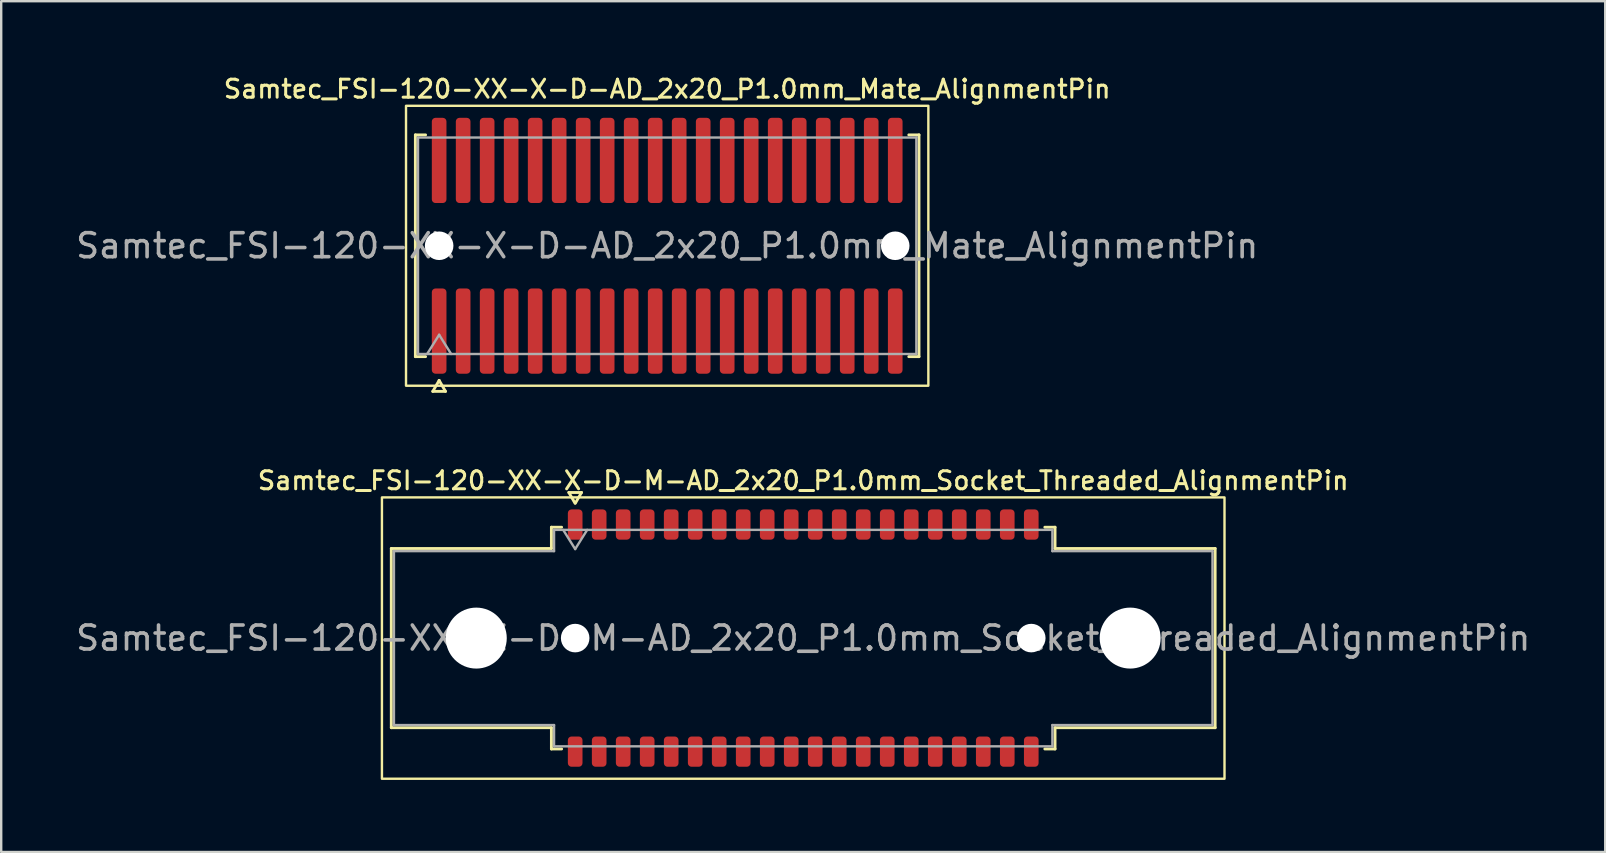
<source format=kicad_pcb>
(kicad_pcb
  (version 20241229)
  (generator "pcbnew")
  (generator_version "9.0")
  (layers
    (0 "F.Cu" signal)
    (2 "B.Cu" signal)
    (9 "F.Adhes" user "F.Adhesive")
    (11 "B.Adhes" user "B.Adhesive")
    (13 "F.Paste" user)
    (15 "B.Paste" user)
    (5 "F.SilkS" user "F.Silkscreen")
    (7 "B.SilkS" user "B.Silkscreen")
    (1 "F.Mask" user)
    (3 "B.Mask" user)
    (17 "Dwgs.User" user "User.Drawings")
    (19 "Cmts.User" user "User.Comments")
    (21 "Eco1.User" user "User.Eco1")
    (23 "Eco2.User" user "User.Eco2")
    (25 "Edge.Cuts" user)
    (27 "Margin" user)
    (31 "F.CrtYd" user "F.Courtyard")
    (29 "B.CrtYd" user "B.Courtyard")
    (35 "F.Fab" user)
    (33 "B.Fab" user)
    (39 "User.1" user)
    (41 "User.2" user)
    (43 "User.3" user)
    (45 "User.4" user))
  (footprint "Samtec_FSI-120-XX-X-D-AD_2x20_P1.0mm_Mate_AlignmentPin"
    (layer "F.Cu")
    (at 24.744 7.188)
    (property "Reference" "Samtec_FSI-120-XX-X-D-AD_2x20_P1.0mm_Mate_AlignmentPin" (at 0 -6.53 0) (layer "F.SilkS") (effects (font (size 0.75 0.75) (thickness 0.125))))
    (attr exclude_from_pos_files exclude_from_bom)
    (fp_line (start -10.49 -4.619) (end -10.065 -4.619) (stroke (width 0.12) (type solid)) (layer "F.SilkS"))
    (fp_line (start -10.49 4.619) (end -10.49 -4.619) (stroke (width 0.12) (type solid)) (layer "F.SilkS"))
    (fp_line (start -10.065 4.619) (end -10.49 4.619) (stroke (width 0.12) (type solid)) (layer "F.SilkS"))
    (fp_line (start -9.764 6.066) (end -9.5 5.609) (stroke (width 0.12) (type solid)) (layer "F.SilkS"))
    (fp_line (start -9.5 5.609) (end -9.236 6.066) (stroke (width 0.12) (type solid)) (layer "F.SilkS"))
    (fp_line (start -9.236 6.066) (end -9.764 6.066) (stroke (width 0.12) (type solid)) (layer "F.SilkS"))
    (fp_line (start 10.065 -4.619) (end 10.49 -4.619) (stroke (width 0.12) (type solid)) (layer "F.SilkS"))
    (fp_line (start 10.49 -4.619) (end 10.49 4.619) (stroke (width 0.12) (type solid)) (layer "F.SilkS"))
    (fp_line (start 10.49 4.619) (end 10.065 4.619) (stroke (width 0.12) (type solid)) (layer "F.SilkS"))
    (fp_rect (start -10.88 -5.83) (end 10.88 5.83) (stroke (width 0.1) (type solid)) (fill no) (layer "F.SilkS"))
    (fp_line (start -10.38 -4.508) (end 10.38 -4.508) (stroke (width 0.1) (type solid)) (layer "F.Fab"))
    (fp_line (start -10.38 4.508) (end -10.38 -4.508) (stroke (width 0.1) (type solid)) (layer "F.Fab"))
    (fp_line (start -10 4.508) (end -9.5 3.708) (stroke (width 0.1) (type solid)) (layer "F.Fab"))
    (fp_line (start -9.5 3.708) (end -9 4.508) (stroke (width 0.1) (type solid)) (layer "F.Fab"))
    (fp_line (start 10.38 -4.508) (end 10.38 4.508) (stroke (width 0.1) (type solid)) (layer "F.Fab"))
    (fp_line (start 10.38 4.508) (end -10.38 4.508) (stroke (width 0.1) (type solid)) (layer "F.Fab"))
    (fp_text user "${REFERENCE}" (at 0 0 0) (layer "F.Fab") (effects (font (size 1 1) (thickness 0.15))))
    (pad "" np_thru_hole circle (at -9.5 0) (size 1.19 1.19) (drill 1.19) (layers "*.Cu" "*.Mask"))
    (pad "" np_thru_hole circle (at 9.5 0) (size 1.19 1.19) (drill 1.19) (layers "*.Cu" "*.Mask"))
    (pad "1" smd roundrect (at -9.5 3.555) (size 0.61 3.55) (layers "F.Cu" "F.Mask") (roundrect_rratio 0.25))
    (pad "2" smd roundrect (at -9.5 -3.555) (size 0.61 3.55) (layers "F.Cu" "F.Mask") (roundrect_rratio 0.25))
    (pad "3" smd roundrect (at -8.5 3.555) (size 0.61 3.55) (layers "F.Cu" "F.Mask") (roundrect_rratio 0.25))
    (pad "4" smd roundrect (at -8.5 -3.555) (size 0.61 3.55) (layers "F.Cu" "F.Mask") (roundrect_rratio 0.25))
    (pad "5" smd roundrect (at -7.5 3.555) (size 0.61 3.55) (layers "F.Cu" "F.Mask") (roundrect_rratio 0.25))
    (pad "6" smd roundrect (at -7.5 -3.555) (size 0.61 3.55) (layers "F.Cu" "F.Mask") (roundrect_rratio 0.25))
    (pad "7" smd roundrect (at -6.5 3.555) (size 0.61 3.55) (layers "F.Cu" "F.Mask") (roundrect_rratio 0.25))
    (pad "8" smd roundrect (at -6.5 -3.555) (size 0.61 3.55) (layers "F.Cu" "F.Mask") (roundrect_rratio 0.25))
    (pad "9" smd roundrect (at -5.5 3.555) (size 0.61 3.55) (layers "F.Cu" "F.Mask") (roundrect_rratio 0.25))
    (pad "10" smd roundrect (at -5.5 -3.555) (size 0.61 3.55) (layers "F.Cu" "F.Mask") (roundrect_rratio 0.25))
    (pad "11" smd roundrect (at -4.5 3.555) (size 0.61 3.55) (layers "F.Cu" "F.Mask") (roundrect_rratio 0.25))
    (pad "12" smd roundrect (at -4.5 -3.555) (size 0.61 3.55) (layers "F.Cu" "F.Mask") (roundrect_rratio 0.25))
    (pad "13" smd roundrect (at -3.5 3.555) (size 0.61 3.55) (layers "F.Cu" "F.Mask") (roundrect_rratio 0.25))
    (pad "14" smd roundrect (at -3.5 -3.555) (size 0.61 3.55) (layers "F.Cu" "F.Mask") (roundrect_rratio 0.25))
    (pad "15" smd roundrect (at -2.5 3.555) (size 0.61 3.55) (layers "F.Cu" "F.Mask") (roundrect_rratio 0.25))
    (pad "16" smd roundrect (at -2.5 -3.555) (size 0.61 3.55) (layers "F.Cu" "F.Mask") (roundrect_rratio 0.25))
    (pad "17" smd roundrect (at -1.5 3.555) (size 0.61 3.55) (layers "F.Cu" "F.Mask") (roundrect_rratio 0.25))
    (pad "18" smd roundrect (at -1.5 -3.555) (size 0.61 3.55) (layers "F.Cu" "F.Mask") (roundrect_rratio 0.25))
    (pad "19" smd roundrect (at -0.5 3.555) (size 0.61 3.55) (layers "F.Cu" "F.Mask") (roundrect_rratio 0.25))
    (pad "20" smd roundrect (at -0.5 -3.555) (size 0.61 3.55) (layers "F.Cu" "F.Mask") (roundrect_rratio 0.25))
    (pad "21" smd roundrect (at 0.5 3.555) (size 0.61 3.55) (layers "F.Cu" "F.Mask") (roundrect_rratio 0.25))
    (pad "22" smd roundrect (at 0.5 -3.555) (size 0.61 3.55) (layers "F.Cu" "F.Mask") (roundrect_rratio 0.25))
    (pad "23" smd roundrect (at 1.5 3.555) (size 0.61 3.55) (layers "F.Cu" "F.Mask") (roundrect_rratio 0.25))
    (pad "24" smd roundrect (at 1.5 -3.555) (size 0.61 3.55) (layers "F.Cu" "F.Mask") (roundrect_rratio 0.25))
    (pad "25" smd roundrect (at 2.5 3.555) (size 0.61 3.55) (layers "F.Cu" "F.Mask") (roundrect_rratio 0.25))
    (pad "26" smd roundrect (at 2.5 -3.555) (size 0.61 3.55) (layers "F.Cu" "F.Mask") (roundrect_rratio 0.25))
    (pad "27" smd roundrect (at 3.5 3.555) (size 0.61 3.55) (layers "F.Cu" "F.Mask") (roundrect_rratio 0.25))
    (pad "28" smd roundrect (at 3.5 -3.555) (size 0.61 3.55) (layers "F.Cu" "F.Mask") (roundrect_rratio 0.25))
    (pad "29" smd roundrect (at 4.5 3.555) (size 0.61 3.55) (layers "F.Cu" "F.Mask") (roundrect_rratio 0.25))
    (pad "30" smd roundrect (at 4.5 -3.555) (size 0.61 3.55) (layers "F.Cu" "F.Mask") (roundrect_rratio 0.25))
    (pad "31" smd roundrect (at 5.5 3.555) (size 0.61 3.55) (layers "F.Cu" "F.Mask") (roundrect_rratio 0.25))
    (pad "32" smd roundrect (at 5.5 -3.555) (size 0.61 3.55) (layers "F.Cu" "F.Mask") (roundrect_rratio 0.25))
    (pad "33" smd roundrect (at 6.5 3.555) (size 0.61 3.55) (layers "F.Cu" "F.Mask") (roundrect_rratio 0.25))
    (pad "34" smd roundrect (at 6.5 -3.555) (size 0.61 3.55) (layers "F.Cu" "F.Mask") (roundrect_rratio 0.25))
    (pad "35" smd roundrect (at 7.5 3.555) (size 0.61 3.55) (layers "F.Cu" "F.Mask") (roundrect_rratio 0.25))
    (pad "36" smd roundrect (at 7.5 -3.555) (size 0.61 3.55) (layers "F.Cu" "F.Mask") (roundrect_rratio 0.25))
    (pad "37" smd roundrect (at 8.5 3.555) (size 0.61 3.55) (layers "F.Cu" "F.Mask") (roundrect_rratio 0.25))
    (pad "38" smd roundrect (at 8.5 -3.555) (size 0.61 3.55) (layers "F.Cu" "F.Mask") (roundrect_rratio 0.25))
    (pad "39" smd roundrect (at 9.5 3.555) (size 0.61 3.55) (layers "F.Cu" "F.Mask") (roundrect_rratio 0.25))
    (pad "40" smd roundrect (at 9.5 -3.555) (size 0.61 3.55) (layers "F.Cu" "F.Mask") (roundrect_rratio 0.25)))
  (footprint "Samtec_FSI-120-XX-X-D-M-AD_2x20_P1.0mm_Socket_Threaded_AlignmentPin"
    (layer "F.Cu")
    (at 30.411 23.532)
    (property "Reference" "Samtec_FSI-120-XX-X-D-M-AD_2x20_P1.0mm_Socket_Threaded_AlignmentPin" (at 0 -6.56 0) (layer "F.SilkS") (effects (font (size 0.75 0.75) (thickness 0.125))))
    (attr smd)
    (fp_line (start -17.16 -3.733) (end -10.49 -3.733) (stroke (width 0.12) (type solid)) (layer "F.SilkS"))
    (fp_line (start -17.16 3.733) (end -17.16 -3.733) (stroke (width 0.12) (type solid)) (layer "F.SilkS"))
    (fp_line (start -10.49 -4.619) (end -10.065 -4.619) (stroke (width 0.12) (type solid)) (layer "F.SilkS"))
    (fp_line (start -10.49 -3.733) (end -10.49 -4.619) (stroke (width 0.12) (type solid)) (layer "F.SilkS"))
    (fp_line (start -10.49 3.733) (end -17.16 3.733) (stroke (width 0.12) (type solid)) (layer "F.SilkS"))
    (fp_line (start -10.49 4.619) (end -10.49 3.733) (stroke (width 0.12) (type solid)) (layer "F.SilkS"))
    (fp_line (start -10.065 4.619) (end -10.49 4.619) (stroke (width 0.12) (type solid)) (layer "F.SilkS"))
    (fp_line (start -9.764 -6.066) (end -9.507 -5.62) (stroke (width 0.12) (type solid)) (layer "F.SilkS"))
    (fp_line (start -9.493 -5.62) (end -9.236 -6.066) (stroke (width 0.12) (type solid)) (layer "F.SilkS"))
    (fp_line (start -9.236 -6.066) (end -9.764 -6.066) (stroke (width 0.12) (type solid)) (layer "F.SilkS"))
    (fp_line (start 10.065 -4.619) (end 10.49 -4.619) (stroke (width 0.12) (type solid)) (layer "F.SilkS"))
    (fp_line (start 10.49 -4.619) (end 10.49 -3.733) (stroke (width 0.12) (type solid)) (layer "F.SilkS"))
    (fp_line (start 10.49 -3.733) (end 17.16 -3.733) (stroke (width 0.12) (type solid)) (layer "F.SilkS"))
    (fp_line (start 10.49 3.733) (end 10.49 4.619) (stroke (width 0.12) (type solid)) (layer "F.SilkS"))
    (fp_line (start 10.49 4.619) (end 10.065 4.619) (stroke (width 0.12) (type solid)) (layer "F.SilkS"))
    (fp_line (start 17.16 -3.733) (end 17.16 3.733) (stroke (width 0.12) (type solid)) (layer "F.SilkS"))
    (fp_line (start 17.16 3.733) (end 10.49 3.733) (stroke (width 0.12) (type solid)) (layer "F.SilkS"))
    (fp_rect (start -17.55 -5.86) (end 17.55 5.86) (stroke (width 0.1) (type solid)) (fill no) (layer "F.SilkS"))
    (fp_line (start -17.05 -3.623) (end -10.38 -3.623) (stroke (width 0.1) (type solid)) (layer "F.Fab"))
    (fp_line (start -17.05 3.623) (end -17.05 -3.623) (stroke (width 0.1) (type solid)) (layer "F.Fab"))
    (fp_line (start -10.38 -4.508) (end 10.38 -4.508) (stroke (width 0.1) (type solid)) (layer "F.Fab"))
    (fp_line (start -10.38 -3.623) (end -10.38 -4.508) (stroke (width 0.1) (type solid)) (layer "F.Fab"))
    (fp_line (start -10.38 3.623) (end -17.05 3.623) (stroke (width 0.1) (type solid)) (layer "F.Fab"))
    (fp_line (start -10.38 4.508) (end -10.38 3.623) (stroke (width 0.1) (type solid)) (layer "F.Fab"))
    (fp_line (start -10 -4.508) (end -9.5 -3.708) (stroke (width 0.1) (type solid)) (layer "F.Fab"))
    (fp_line (start -9.5 -3.708) (end -9 -4.508) (stroke (width 0.1) (type solid)) (layer "F.Fab"))
    (fp_line (start 10.38 -4.508) (end 10.38 -3.623) (stroke (width 0.1) (type solid)) (layer "F.Fab"))
    (fp_line (start 10.38 -3.623) (end 17.05 -3.623) (stroke (width 0.1) (type solid)) (layer "F.Fab"))
    (fp_line (start 10.38 3.623) (end 10.38 4.508) (stroke (width 0.1) (type solid)) (layer "F.Fab"))
    (fp_line (start 10.38 4.508) (end -10.38 4.508) (stroke (width 0.1) (type solid)) (layer "F.Fab"))
    (fp_line (start 17.05 -3.623) (end 17.05 3.623) (stroke (width 0.1) (type solid)) (layer "F.Fab"))
    (fp_line (start 17.05 3.623) (end 10.38 3.623) (stroke (width 0.1) (type solid)) (layer "F.Fab"))
    (fp_text user "${REFERENCE}" (at 0 0 0) (layer "F.Fab") (effects (font (size 1 1) (thickness 0.15))))
    (pad "" np_thru_hole circle (at -13.62 0) (size 2.54 2.54) (drill 2.54) (layers "*.Cu" "*.Mask"))
    (pad "" np_thru_hole circle (at -9.5 0) (size 1.19 1.19) (drill 1.19) (layers "*.Cu" "*.Mask"))
    (pad "" np_thru_hole circle (at 9.5 0) (size 1.19 1.19) (drill 1.19) (layers "*.Cu" "*.Mask"))
    (pad "" np_thru_hole circle (at 13.62 0) (size 2.54 2.54) (drill 2.54) (layers "*.Cu" "*.Mask"))
    (pad "1" smd roundrect (at -9.5 -4.73) (size 0.61 1.26) (layers "F.Cu" "F.Mask" "F.Paste") (roundrect_rratio 0.25))
    (pad "2" smd roundrect (at -9.5 4.73) (size 0.61 1.26) (layers "F.Cu" "F.Mask" "F.Paste") (roundrect_rratio 0.25))
    (pad "3" smd roundrect (at -8.5 -4.73) (size 0.61 1.26) (layers "F.Cu" "F.Mask" "F.Paste") (roundrect_rratio 0.25))
    (pad "4" smd roundrect (at -8.5 4.73) (size 0.61 1.26) (layers "F.Cu" "F.Mask" "F.Paste") (roundrect_rratio 0.25))
    (pad "5" smd roundrect (at -7.5 -4.73) (size 0.61 1.26) (layers "F.Cu" "F.Mask" "F.Paste") (roundrect_rratio 0.25))
    (pad "6" smd roundrect (at -7.5 4.73) (size 0.61 1.26) (layers "F.Cu" "F.Mask" "F.Paste") (roundrect_rratio 0.25))
    (pad "7" smd roundrect (at -6.5 -4.73) (size 0.61 1.26) (layers "F.Cu" "F.Mask" "F.Paste") (roundrect_rratio 0.25))
    (pad "8" smd roundrect (at -6.5 4.73) (size 0.61 1.26) (layers "F.Cu" "F.Mask" "F.Paste") (roundrect_rratio 0.25))
    (pad "9" smd roundrect (at -5.5 -4.73) (size 0.61 1.26) (layers "F.Cu" "F.Mask" "F.Paste") (roundrect_rratio 0.25))
    (pad "10" smd roundrect (at -5.5 4.73) (size 0.61 1.26) (layers "F.Cu" "F.Mask" "F.Paste") (roundrect_rratio 0.25))
    (pad "11" smd roundrect (at -4.5 -4.73) (size 0.61 1.26) (layers "F.Cu" "F.Mask" "F.Paste") (roundrect_rratio 0.25))
    (pad "12" smd roundrect (at -4.5 4.73) (size 0.61 1.26) (layers "F.Cu" "F.Mask" "F.Paste") (roundrect_rratio 0.25))
    (pad "13" smd roundrect (at -3.5 -4.73) (size 0.61 1.26) (layers "F.Cu" "F.Mask" "F.Paste") (roundrect_rratio 0.25))
    (pad "14" smd roundrect (at -3.5 4.73) (size 0.61 1.26) (layers "F.Cu" "F.Mask" "F.Paste") (roundrect_rratio 0.25))
    (pad "15" smd roundrect (at -2.5 -4.73) (size 0.61 1.26) (layers "F.Cu" "F.Mask" "F.Paste") (roundrect_rratio 0.25))
    (pad "16" smd roundrect (at -2.5 4.73) (size 0.61 1.26) (layers "F.Cu" "F.Mask" "F.Paste") (roundrect_rratio 0.25))
    (pad "17" smd roundrect (at -1.5 -4.73) (size 0.61 1.26) (layers "F.Cu" "F.Mask" "F.Paste") (roundrect_rratio 0.25))
    (pad "18" smd roundrect (at -1.5 4.73) (size 0.61 1.26) (layers "F.Cu" "F.Mask" "F.Paste") (roundrect_rratio 0.25))
    (pad "19" smd roundrect (at -0.5 -4.73) (size 0.61 1.26) (layers "F.Cu" "F.Mask" "F.Paste") (roundrect_rratio 0.25))
    (pad "20" smd roundrect (at -0.5 4.73) (size 0.61 1.26) (layers "F.Cu" "F.Mask" "F.Paste") (roundrect_rratio 0.25))
    (pad "21" smd roundrect (at 0.5 -4.73) (size 0.61 1.26) (layers "F.Cu" "F.Mask" "F.Paste") (roundrect_rratio 0.25))
    (pad "22" smd roundrect (at 0.5 4.73) (size 0.61 1.26) (layers "F.Cu" "F.Mask" "F.Paste") (roundrect_rratio 0.25))
    (pad "23" smd roundrect (at 1.5 -4.73) (size 0.61 1.26) (layers "F.Cu" "F.Mask" "F.Paste") (roundrect_rratio 0.25))
    (pad "24" smd roundrect (at 1.5 4.73) (size 0.61 1.26) (layers "F.Cu" "F.Mask" "F.Paste") (roundrect_rratio 0.25))
    (pad "25" smd roundrect (at 2.5 -4.73) (size 0.61 1.26) (layers "F.Cu" "F.Mask" "F.Paste") (roundrect_rratio 0.25))
    (pad "26" smd roundrect (at 2.5 4.73) (size 0.61 1.26) (layers "F.Cu" "F.Mask" "F.Paste") (roundrect_rratio 0.25))
    (pad "27" smd roundrect (at 3.5 -4.73) (size 0.61 1.26) (layers "F.Cu" "F.Mask" "F.Paste") (roundrect_rratio 0.25))
    (pad "28" smd roundrect (at 3.5 4.73) (size 0.61 1.26) (layers "F.Cu" "F.Mask" "F.Paste") (roundrect_rratio 0.25))
    (pad "29" smd roundrect (at 4.5 -4.73) (size 0.61 1.26) (layers "F.Cu" "F.Mask" "F.Paste") (roundrect_rratio 0.25))
    (pad "30" smd roundrect (at 4.5 4.73) (size 0.61 1.26) (layers "F.Cu" "F.Mask" "F.Paste") (roundrect_rratio 0.25))
    (pad "31" smd roundrect (at 5.5 -4.73) (size 0.61 1.26) (layers "F.Cu" "F.Mask" "F.Paste") (roundrect_rratio 0.25))
    (pad "32" smd roundrect (at 5.5 4.73) (size 0.61 1.26) (layers "F.Cu" "F.Mask" "F.Paste") (roundrect_rratio 0.25))
    (pad "33" smd roundrect (at 6.5 -4.73) (size 0.61 1.26) (layers "F.Cu" "F.Mask" "F.Paste") (roundrect_rratio 0.25))
    (pad "34" smd roundrect (at 6.5 4.73) (size 0.61 1.26) (layers "F.Cu" "F.Mask" "F.Paste") (roundrect_rratio 0.25))
    (pad "35" smd roundrect (at 7.5 -4.73) (size 0.61 1.26) (layers "F.Cu" "F.Mask" "F.Paste") (roundrect_rratio 0.25))
    (pad "36" smd roundrect (at 7.5 4.73) (size 0.61 1.26) (layers "F.Cu" "F.Mask" "F.Paste") (roundrect_rratio 0.25))
    (pad "37" smd roundrect (at 8.5 -4.73) (size 0.61 1.26) (layers "F.Cu" "F.Mask" "F.Paste") (roundrect_rratio 0.25))
    (pad "38" smd roundrect (at 8.5 4.73) (size 0.61 1.26) (layers "F.Cu" "F.Mask" "F.Paste") (roundrect_rratio 0.25))
    (pad "39" smd roundrect (at 9.5 -4.73) (size 0.61 1.26) (layers "F.Cu" "F.Mask" "F.Paste") (roundrect_rratio 0.25))
    (pad "40" smd roundrect (at 9.5 4.73) (size 0.61 1.26) (layers "F.Cu" "F.Mask" "F.Paste") (roundrect_rratio 0.25)))
  (gr_rect
    (start -3 -3)
    (end 63.821 32.442)
    (stroke (width 0.1) (type default))
    (fill no)
    (layer "Edge.Cuts")))
</source>
